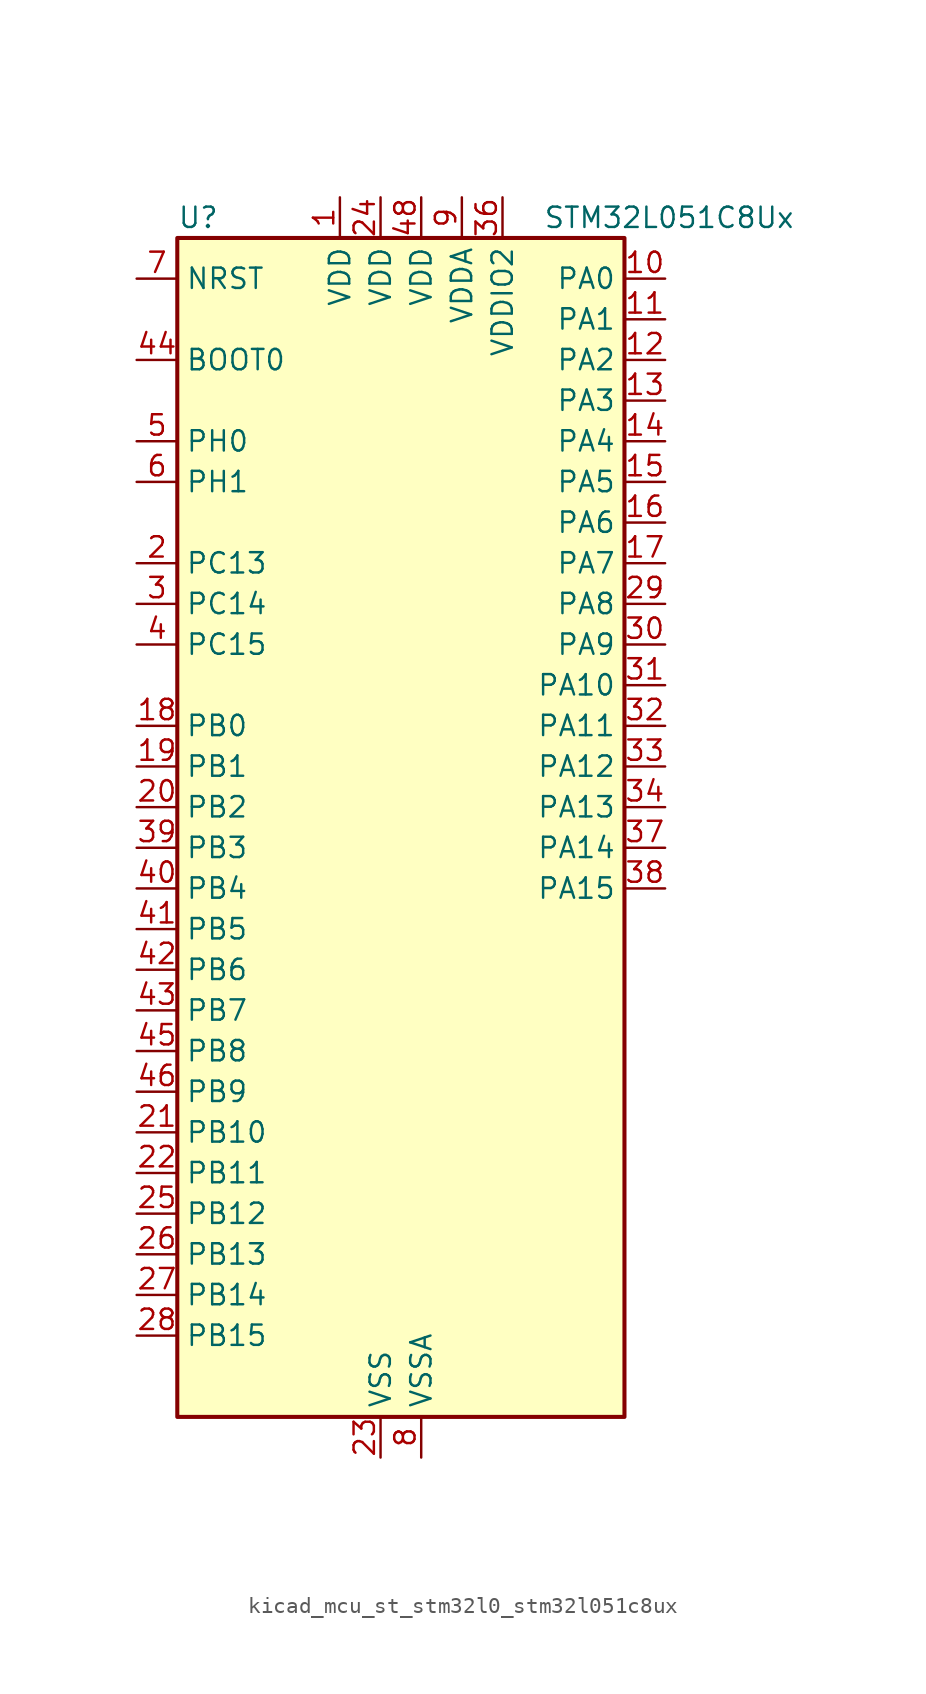
<source format=kicad_sym>
(kicad_symbol_lib
  (version 20220914)
  (generator kicad_symbol_editor)
  (symbol "kicad_mcu_st_stm32l0_stm32l051c8ux"
    (property "Reference" "U"
      (at -12.7 39.37 0)
      (effects (font (size 1.27 1.27)) (justify left)))
    (property "Value" "STM32L051C8Ux"
      (at 10.16 39.37 0)
      (effects (font (size 1.27 1.27)) (justify left)))
    (property "ki_locked" ""
      (at 0 0 0)
      (effects (font (size 1.27 1.27))))
    (symbol "kicad_mcu_st_stm32l0_stm32l051c8ux_0_1"
      (rectangle (start -12.7 -35.56) (end 15.24 38.1) (stroke (width 0.254) (type default)) (fill (type background))))
    (symbol "kicad_mcu_st_stm32l0_stm32l051c8ux_1_1"
      (pin power_in line (at -2.54 40.64 270) (length 2.54) (name "VDD" (effects (font (size 1.27 1.27)))) (number "1" (effects (font (size 1.27 1.27)))))
      (pin bidirectional line (at 17.78 35.56 180) (length 2.54) (name "PA0" (effects (font (size 1.27 1.27)))) (number "10" (effects (font (size 1.27 1.27)))) (alternate "ADC_IN0" bidirectional line) (alternate "COMP1_INM" bidirectional line) (alternate "COMP1_OUT" bidirectional line) (alternate "RTC_TAMP2" bidirectional line) (alternate "SYS_WKUP1" bidirectional line) (alternate "TIM2_CH1" bidirectional line) (alternate "TIM2_ETR" bidirectional line) (alternate "USART2_CTS" bidirectional line))
      (pin bidirectional line (at 17.78 33.02 180) (length 2.54) (name "PA1" (effects (font (size 1.27 1.27)))) (number "11" (effects (font (size 1.27 1.27)))) (alternate "ADC_IN1" bidirectional line) (alternate "COMP1_INP" bidirectional line) (alternate "TIM21_ETR" bidirectional line) (alternate "TIM2_CH2" bidirectional line) (alternate "USART2_DE" bidirectional line) (alternate "USART2_RTS" bidirectional line))
      (pin bidirectional line (at 17.78 30.48 180) (length 2.54) (name "PA2" (effects (font (size 1.27 1.27)))) (number "12" (effects (font (size 1.27 1.27)))) (alternate "ADC_IN2" bidirectional line) (alternate "COMP2_INM" bidirectional line) (alternate "COMP2_OUT" bidirectional line) (alternate "TIM21_CH1" bidirectional line) (alternate "TIM2_CH3" bidirectional line) (alternate "USART2_TX" bidirectional line))
      (pin bidirectional line (at 17.78 27.94 180) (length 2.54) (name "PA3" (effects (font (size 1.27 1.27)))) (number "13" (effects (font (size 1.27 1.27)))) (alternate "ADC_IN3" bidirectional line) (alternate "COMP2_INP" bidirectional line) (alternate "TIM21_CH2" bidirectional line) (alternate "TIM2_CH4" bidirectional line) (alternate "USART2_RX" bidirectional line))
      (pin bidirectional line (at 17.78 25.4 180) (length 2.54) (name "PA4" (effects (font (size 1.27 1.27)))) (number "14" (effects (font (size 1.27 1.27)))) (alternate "ADC_IN4" bidirectional line) (alternate "COMP1_INM" bidirectional line) (alternate "COMP2_INM" bidirectional line) (alternate "SPI1_NSS" bidirectional line) (alternate "TIM22_ETR" bidirectional line) (alternate "USART2_CK" bidirectional line))
      (pin bidirectional line (at 17.78 22.86 180) (length 2.54) (name "PA5" (effects (font (size 1.27 1.27)))) (number "15" (effects (font (size 1.27 1.27)))) (alternate "ADC_IN5" bidirectional line) (alternate "COMP1_INM" bidirectional line) (alternate "COMP2_INM" bidirectional line) (alternate "SPI1_SCK" bidirectional line) (alternate "TIM2_CH1" bidirectional line) (alternate "TIM2_ETR" bidirectional line))
      (pin bidirectional line (at 17.78 20.32 180) (length 2.54) (name "PA6" (effects (font (size 1.27 1.27)))) (number "16" (effects (font (size 1.27 1.27)))) (alternate "ADC_IN6" bidirectional line) (alternate "COMP1_OUT" bidirectional line) (alternate "LPUART1_CTS" bidirectional line) (alternate "SPI1_MISO" bidirectional line) (alternate "TIM22_CH1" bidirectional line))
      (pin bidirectional line (at 17.78 17.78 180) (length 2.54) (name "PA7" (effects (font (size 1.27 1.27)))) (number "17" (effects (font (size 1.27 1.27)))) (alternate "ADC_IN7" bidirectional line) (alternate "COMP2_OUT" bidirectional line) (alternate "SPI1_MOSI" bidirectional line) (alternate "TIM22_CH2" bidirectional line))
      (pin bidirectional line (at -15.24 7.62 0) (length 2.54) (name "PB0" (effects (font (size 1.27 1.27)))) (number "18" (effects (font (size 1.27 1.27)))) (alternate "ADC_IN8" bidirectional line) (alternate "SYS_VREF_OUT_PB0" bidirectional line))
      (pin bidirectional line (at -15.24 5.08 0) (length 2.54) (name "PB1" (effects (font (size 1.27 1.27)))) (number "19" (effects (font (size 1.27 1.27)))) (alternate "ADC_IN9" bidirectional line) (alternate "LPUART1_DE" bidirectional line) (alternate "LPUART1_RTS" bidirectional line) (alternate "SYS_VREF_OUT_PB1" bidirectional line))
      (pin bidirectional line (at -15.24 17.78 0) (length 2.54) (name "PC13" (effects (font (size 1.27 1.27)))) (number "2" (effects (font (size 1.27 1.27)))) (alternate "RTC_OUT_ALARM" bidirectional line) (alternate "RTC_OUT_CALIB" bidirectional line) (alternate "RTC_TAMP1" bidirectional line) (alternate "RTC_TS" bidirectional line) (alternate "SYS_WKUP2" bidirectional line))
      (pin bidirectional line (at -15.24 2.54 0) (length 2.54) (name "PB2" (effects (font (size 1.27 1.27)))) (number "20" (effects (font (size 1.27 1.27)))) (alternate "LPTIM1_OUT" bidirectional line))
      (pin bidirectional line (at -15.24 -17.78 0) (length 2.54) (name "PB10" (effects (font (size 1.27 1.27)))) (number "21" (effects (font (size 1.27 1.27)))) (alternate "I2C2_SCL" bidirectional line) (alternate "LPUART1_TX" bidirectional line) (alternate "SPI2_SCK" bidirectional line) (alternate "TIM2_CH3" bidirectional line))
      (pin bidirectional line (at -15.24 -20.32 0) (length 2.54) (name "PB11" (effects (font (size 1.27 1.27)))) (number "22" (effects (font (size 1.27 1.27)))) (alternate "ADC_EXTI11" bidirectional line) (alternate "I2C2_SDA" bidirectional line) (alternate "LPUART1_RX" bidirectional line) (alternate "TIM2_CH4" bidirectional line))
      (pin power_in line (at 0 -38.1 90) (length 2.54) (name "VSS" (effects (font (size 1.27 1.27)))) (number "23" (effects (font (size 1.27 1.27)))))
      (pin power_in line (at 0 40.64 270) (length 2.54) (name "VDD" (effects (font (size 1.27 1.27)))) (number "24" (effects (font (size 1.27 1.27)))))
      (pin bidirectional line (at -15.24 -22.86 0) (length 2.54) (name "PB12" (effects (font (size 1.27 1.27)))) (number "25" (effects (font (size 1.27 1.27)))) (alternate "I2S2_WS" bidirectional line) (alternate "LPUART1_DE" bidirectional line) (alternate "LPUART1_RTS" bidirectional line) (alternate "SPI2_NSS" bidirectional line))
      (pin bidirectional line (at -15.24 -25.4 0) (length 2.54) (name "PB13" (effects (font (size 1.27 1.27)))) (number "26" (effects (font (size 1.27 1.27)))) (alternate "I2C2_SCL" bidirectional line) (alternate "I2S2_CK" bidirectional line) (alternate "LPUART1_CTS" bidirectional line) (alternate "SPI2_SCK" bidirectional line) (alternate "TIM21_CH1" bidirectional line))
      (pin bidirectional line (at -15.24 -27.94 0) (length 2.54) (name "PB14" (effects (font (size 1.27 1.27)))) (number "27" (effects (font (size 1.27 1.27)))) (alternate "I2C2_SDA" bidirectional line) (alternate "I2S2_MCK" bidirectional line) (alternate "LPUART1_DE" bidirectional line) (alternate "LPUART1_RTS" bidirectional line) (alternate "RTC_OUT_ALARM" bidirectional line) (alternate "RTC_OUT_CALIB" bidirectional line) (alternate "SPI2_MISO" bidirectional line) (alternate "TIM21_CH2" bidirectional line))
      (pin bidirectional line (at -15.24 -30.48 0) (length 2.54) (name "PB15" (effects (font (size 1.27 1.27)))) (number "28" (effects (font (size 1.27 1.27)))) (alternate "I2S2_SD" bidirectional line) (alternate "RTC_REFIN" bidirectional line) (alternate "SPI2_MOSI" bidirectional line))
      (pin bidirectional line (at 17.78 15.24 180) (length 2.54) (name "PA8" (effects (font (size 1.27 1.27)))) (number "29" (effects (font (size 1.27 1.27)))) (alternate "RCC_MCO" bidirectional line) (alternate "USART1_CK" bidirectional line))
      (pin bidirectional line (at -15.24 15.24 0) (length 2.54) (name "PC14" (effects (font (size 1.27 1.27)))) (number "3" (effects (font (size 1.27 1.27)))) (alternate "RCC_OSC32_IN" bidirectional line))
      (pin bidirectional line (at 17.78 12.7 180) (length 2.54) (name "PA9" (effects (font (size 1.27 1.27)))) (number "30" (effects (font (size 1.27 1.27)))) (alternate "RCC_MCO" bidirectional line) (alternate "USART1_TX" bidirectional line))
      (pin bidirectional line (at 17.78 10.16 180) (length 2.54) (name "PA10" (effects (font (size 1.27 1.27)))) (number "31" (effects (font (size 1.27 1.27)))) (alternate "USART1_RX" bidirectional line))
      (pin bidirectional line (at 17.78 7.62 180) (length 2.54) (name "PA11" (effects (font (size 1.27 1.27)))) (number "32" (effects (font (size 1.27 1.27)))) (alternate "ADC_EXTI11" bidirectional line) (alternate "COMP1_OUT" bidirectional line) (alternate "SPI1_MISO" bidirectional line) (alternate "USART1_CTS" bidirectional line))
      (pin bidirectional line (at 17.78 5.08 180) (length 2.54) (name "PA12" (effects (font (size 1.27 1.27)))) (number "33" (effects (font (size 1.27 1.27)))) (alternate "COMP2_OUT" bidirectional line) (alternate "SPI1_MOSI" bidirectional line) (alternate "USART1_DE" bidirectional line) (alternate "USART1_RTS" bidirectional line))
      (pin bidirectional line (at 17.78 2.54 180) (length 2.54) (name "PA13" (effects (font (size 1.27 1.27)))) (number "34" (effects (font (size 1.27 1.27)))) (alternate "SYS_SWDIO" bidirectional line))
      (pin passive line (at 0 -38.1 90) (length 2.54) hide (name "VSS" (effects (font (size 1.27 1.27)))) (number "35" (effects (font (size 1.27 1.27)))))
      (pin power_in line (at 7.62 40.64 270) (length 2.54) (name "VDDIO2" (effects (font (size 1.27 1.27)))) (number "36" (effects (font (size 1.27 1.27)))))
      (pin bidirectional line (at 17.78 0 180) (length 2.54) (name "PA14" (effects (font (size 1.27 1.27)))) (number "37" (effects (font (size 1.27 1.27)))) (alternate "SYS_SWCLK" bidirectional line) (alternate "USART2_TX" bidirectional line))
      (pin bidirectional line (at 17.78 -2.54 180) (length 2.54) (name "PA15" (effects (font (size 1.27 1.27)))) (number "38" (effects (font (size 1.27 1.27)))) (alternate "SPI1_NSS" bidirectional line) (alternate "TIM2_CH1" bidirectional line) (alternate "TIM2_ETR" bidirectional line) (alternate "USART2_RX" bidirectional line))
      (pin bidirectional line (at -15.24 0 0) (length 2.54) (name "PB3" (effects (font (size 1.27 1.27)))) (number "39" (effects (font (size 1.27 1.27)))) (alternate "COMP2_INM" bidirectional line) (alternate "SPI1_SCK" bidirectional line) (alternate "TIM2_CH2" bidirectional line))
      (pin bidirectional line (at -15.24 12.7 0) (length 2.54) (name "PC15" (effects (font (size 1.27 1.27)))) (number "4" (effects (font (size 1.27 1.27)))) (alternate "RCC_OSC32_OUT" bidirectional line))
      (pin bidirectional line (at -15.24 -2.54 0) (length 2.54) (name "PB4" (effects (font (size 1.27 1.27)))) (number "40" (effects (font (size 1.27 1.27)))) (alternate "COMP2_INP" bidirectional line) (alternate "SPI1_MISO" bidirectional line) (alternate "TIM22_CH1" bidirectional line))
      (pin bidirectional line (at -15.24 -5.08 0) (length 2.54) (name "PB5" (effects (font (size 1.27 1.27)))) (number "41" (effects (font (size 1.27 1.27)))) (alternate "COMP2_INP" bidirectional line) (alternate "I2C1_SMBA" bidirectional line) (alternate "LPTIM1_IN1" bidirectional line) (alternate "SPI1_MOSI" bidirectional line) (alternate "TIM22_CH2" bidirectional line))
      (pin bidirectional line (at -15.24 -7.62 0) (length 2.54) (name "PB6" (effects (font (size 1.27 1.27)))) (number "42" (effects (font (size 1.27 1.27)))) (alternate "COMP2_INP" bidirectional line) (alternate "I2C1_SCL" bidirectional line) (alternate "LPTIM1_ETR" bidirectional line) (alternate "USART1_TX" bidirectional line))
      (pin bidirectional line (at -15.24 -10.16 0) (length 2.54) (name "PB7" (effects (font (size 1.27 1.27)))) (number "43" (effects (font (size 1.27 1.27)))) (alternate "COMP2_INP" bidirectional line) (alternate "I2C1_SDA" bidirectional line) (alternate "LPTIM1_IN2" bidirectional line) (alternate "SYS_PVD_IN" bidirectional line) (alternate "USART1_RX" bidirectional line))
      (pin input line (at -15.24 30.48 0) (length 2.54) (name "BOOT0" (effects (font (size 1.27 1.27)))) (number "44" (effects (font (size 1.27 1.27)))))
      (pin bidirectional line (at -15.24 -12.7 0) (length 2.54) (name "PB8" (effects (font (size 1.27 1.27)))) (number "45" (effects (font (size 1.27 1.27)))) (alternate "I2C1_SCL" bidirectional line))
      (pin bidirectional line (at -15.24 -15.24 0) (length 2.54) (name "PB9" (effects (font (size 1.27 1.27)))) (number "46" (effects (font (size 1.27 1.27)))) (alternate "I2C1_SDA" bidirectional line) (alternate "I2S2_WS" bidirectional line) (alternate "SPI2_NSS" bidirectional line))
      (pin passive line (at 0 -38.1 90) (length 2.54) hide (name "VSS" (effects (font (size 1.27 1.27)))) (number "47" (effects (font (size 1.27 1.27)))))
      (pin power_in line (at 2.54 40.64 270) (length 2.54) (name "VDD" (effects (font (size 1.27 1.27)))) (number "48" (effects (font (size 1.27 1.27)))))
      (pin passive line (at 0 -38.1 90) (length 2.54) hide (name "VSS" (effects (font (size 1.27 1.27)))) (number "49" (effects (font (size 1.27 1.27)))))
      (pin bidirectional line (at -15.24 25.4 0) (length 2.54) (name "PH0" (effects (font (size 1.27 1.27)))) (number "5" (effects (font (size 1.27 1.27)))) (alternate "RCC_OSC_IN" bidirectional line))
      (pin bidirectional line (at -15.24 22.86 0) (length 2.54) (name "PH1" (effects (font (size 1.27 1.27)))) (number "6" (effects (font (size 1.27 1.27)))) (alternate "RCC_OSC_OUT" bidirectional line))
      (pin input line (at -15.24 35.56 0) (length 2.54) (name "NRST" (effects (font (size 1.27 1.27)))) (number "7" (effects (font (size 1.27 1.27)))))
      (pin power_in line (at 2.54 -38.1 90) (length 2.54) (name "VSSA" (effects (font (size 1.27 1.27)))) (number "8" (effects (font (size 1.27 1.27)))))
      (pin power_in line (at 5.08 40.64 270) (length 2.54) (name "VDDA" (effects (font (size 1.27 1.27)))) (number "9" (effects (font (size 1.27 1.27))))))))
</source>
